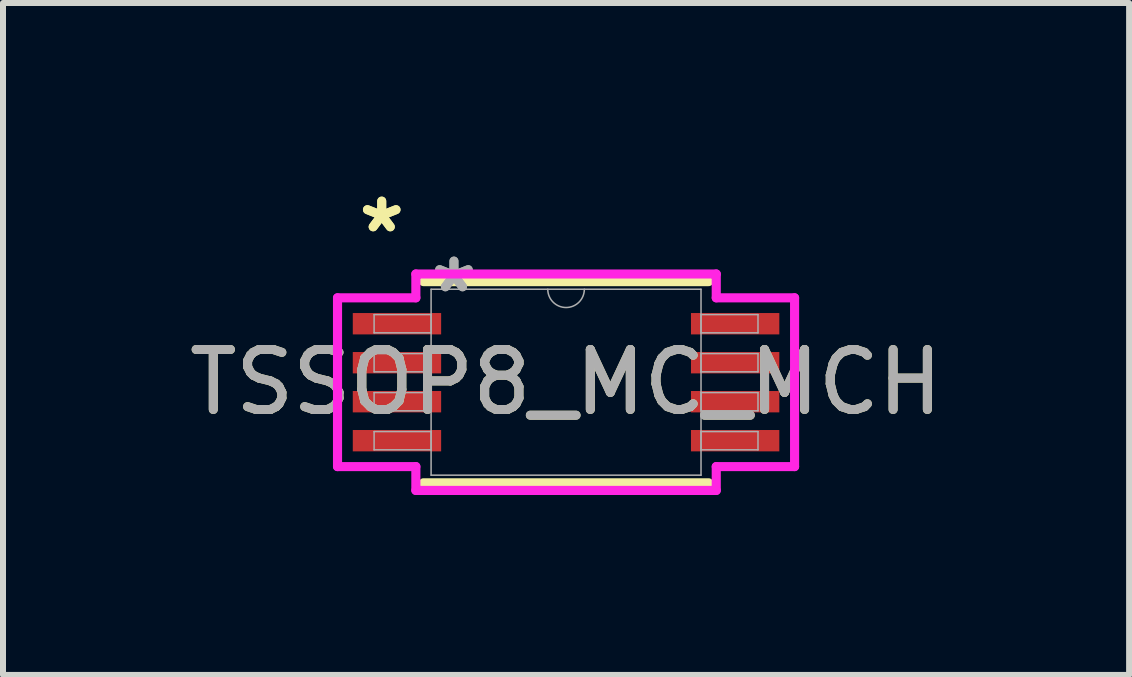
<source format=kicad_pcb>
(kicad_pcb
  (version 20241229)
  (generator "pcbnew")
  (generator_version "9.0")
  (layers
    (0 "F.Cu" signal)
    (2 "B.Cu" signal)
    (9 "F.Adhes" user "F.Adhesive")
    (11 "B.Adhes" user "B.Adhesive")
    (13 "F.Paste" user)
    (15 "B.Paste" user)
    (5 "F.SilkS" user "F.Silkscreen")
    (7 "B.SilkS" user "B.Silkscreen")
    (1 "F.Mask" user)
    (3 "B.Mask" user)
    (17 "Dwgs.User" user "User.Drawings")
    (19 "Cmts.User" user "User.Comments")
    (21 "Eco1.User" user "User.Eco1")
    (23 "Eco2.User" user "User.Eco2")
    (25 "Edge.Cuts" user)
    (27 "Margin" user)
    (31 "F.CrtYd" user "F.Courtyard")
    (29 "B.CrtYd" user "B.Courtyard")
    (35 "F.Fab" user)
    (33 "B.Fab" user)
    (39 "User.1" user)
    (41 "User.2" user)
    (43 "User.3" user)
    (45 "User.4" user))
  (footprint "TSSOP8_MC_MCH"
    (layer "F.Cu")
    (at 6.387 3.322)
    (property "Reference" "TSSOP8_MC_MCH" (at 0 0 0) (unlocked yes) (layer "F.SilkS") (effects (font (size 1 1) (thickness 0.15))))
    (attr smd)
    (fp_line (start -2.377 1.677) (end 2.377 1.677) (stroke (width 0.152) (type solid)) (layer "F.SilkS"))
    (fp_line (start 2.377 -1.677) (end -2.377 -1.677) (stroke (width 0.152) (type solid)) (layer "F.SilkS"))
    (fp_line (start -3.81 -1.407) (end -2.504 -1.407) (stroke (width 0.152) (type solid)) (layer "F.CrtYd"))
    (fp_line (start -3.81 1.407) (end -3.81 -1.407) (stroke (width 0.152) (type solid)) (layer "F.CrtYd"))
    (fp_line (start -3.81 1.407) (end -2.504 1.407) (stroke (width 0.152) (type solid)) (layer "F.CrtYd"))
    (fp_line (start -2.504 -1.804) (end 2.504 -1.804) (stroke (width 0.152) (type solid)) (layer "F.CrtYd"))
    (fp_line (start -2.504 -1.407) (end -2.504 -1.804) (stroke (width 0.152) (type solid)) (layer "F.CrtYd"))
    (fp_line (start -2.504 1.804) (end -2.504 1.407) (stroke (width 0.152) (type solid)) (layer "F.CrtYd"))
    (fp_line (start 2.504 -1.804) (end 2.504 -1.407) (stroke (width 0.152) (type solid)) (layer "F.CrtYd"))
    (fp_line (start 2.504 1.407) (end 2.504 1.804) (stroke (width 0.152) (type solid)) (layer "F.CrtYd"))
    (fp_line (start 2.504 1.804) (end -2.504 1.804) (stroke (width 0.152) (type solid)) (layer "F.CrtYd"))
    (fp_line (start 3.81 -1.407) (end 2.504 -1.407) (stroke (width 0.152) (type solid)) (layer "F.CrtYd"))
    (fp_line (start 3.81 -1.407) (end 3.81 1.407) (stroke (width 0.152) (type solid)) (layer "F.CrtYd"))
    (fp_line (start 3.81 1.407) (end 2.504 1.407) (stroke (width 0.152) (type solid)) (layer "F.CrtYd"))
    (fp_line (start -3.2 -1.127) (end -3.2 -0.823) (stroke (width 0.025) (type solid)) (layer "F.Fab"))
    (fp_line (start -3.2 -0.823) (end -2.25 -0.823) (stroke (width 0.025) (type solid)) (layer "F.Fab"))
    (fp_line (start -3.2 -0.477) (end -3.2 -0.173) (stroke (width 0.025) (type solid)) (layer "F.Fab"))
    (fp_line (start -3.2 -0.173) (end -2.25 -0.173) (stroke (width 0.025) (type solid)) (layer "F.Fab"))
    (fp_line (start -3.2 0.173) (end -3.2 0.477) (stroke (width 0.025) (type solid)) (layer "F.Fab"))
    (fp_line (start -3.2 0.477) (end -2.25 0.477) (stroke (width 0.025) (type solid)) (layer "F.Fab"))
    (fp_line (start -3.2 0.823) (end -3.2 1.127) (stroke (width 0.025) (type solid)) (layer "F.Fab"))
    (fp_line (start -3.2 1.127) (end -2.25 1.127) (stroke (width 0.025) (type solid)) (layer "F.Fab"))
    (fp_line (start -2.25 -1.55) (end -2.25 1.55) (stroke (width 0.025) (type solid)) (layer "F.Fab"))
    (fp_line (start -2.25 -1.127) (end -3.2 -1.127) (stroke (width 0.025) (type solid)) (layer "F.Fab"))
    (fp_line (start -2.25 -0.823) (end -2.25 -1.127) (stroke (width 0.025) (type solid)) (layer "F.Fab"))
    (fp_line (start -2.25 -0.477) (end -3.2 -0.477) (stroke (width 0.025) (type solid)) (layer "F.Fab"))
    (fp_line (start -2.25 -0.173) (end -2.25 -0.477) (stroke (width 0.025) (type solid)) (layer "F.Fab"))
    (fp_line (start -2.25 0.173) (end -3.2 0.173) (stroke (width 0.025) (type solid)) (layer "F.Fab"))
    (fp_line (start -2.25 0.477) (end -2.25 0.173) (stroke (width 0.025) (type solid)) (layer "F.Fab"))
    (fp_line (start -2.25 0.823) (end -3.2 0.823) (stroke (width 0.025) (type solid)) (layer "F.Fab"))
    (fp_line (start -2.25 1.127) (end -2.25 0.823) (stroke (width 0.025) (type solid)) (layer "F.Fab"))
    (fp_line (start -2.25 1.55) (end 2.25 1.55) (stroke (width 0.025) (type solid)) (layer "F.Fab"))
    (fp_line (start 2.25 -1.55) (end -2.25 -1.55) (stroke (width 0.025) (type solid)) (layer "F.Fab"))
    (fp_line (start 2.25 -1.127) (end 2.25 -0.823) (stroke (width 0.025) (type solid)) (layer "F.Fab"))
    (fp_line (start 2.25 -0.823) (end 3.2 -0.823) (stroke (width 0.025) (type solid)) (layer "F.Fab"))
    (fp_line (start 2.25 -0.477) (end 2.25 -0.173) (stroke (width 0.025) (type solid)) (layer "F.Fab"))
    (fp_line (start 2.25 -0.173) (end 3.2 -0.173) (stroke (width 0.025) (type solid)) (layer "F.Fab"))
    (fp_line (start 2.25 0.173) (end 2.25 0.477) (stroke (width 0.025) (type solid)) (layer "F.Fab"))
    (fp_line (start 2.25 0.477) (end 3.2 0.477) (stroke (width 0.025) (type solid)) (layer "F.Fab"))
    (fp_line (start 2.25 0.823) (end 2.25 1.127) (stroke (width 0.025) (type solid)) (layer "F.Fab"))
    (fp_line (start 2.25 1.127) (end 3.2 1.127) (stroke (width 0.025) (type solid)) (layer "F.Fab"))
    (fp_line (start 2.25 1.55) (end 2.25 -1.55) (stroke (width 0.025) (type solid)) (layer "F.Fab"))
    (fp_line (start 3.2 -1.127) (end 2.25 -1.127) (stroke (width 0.025) (type solid)) (layer "F.Fab"))
    (fp_line (start 3.2 -0.823) (end 3.2 -1.127) (stroke (width 0.025) (type solid)) (layer "F.Fab"))
    (fp_line (start 3.2 -0.477) (end 2.25 -0.477) (stroke (width 0.025) (type solid)) (layer "F.Fab"))
    (fp_line (start 3.2 -0.173) (end 3.2 -0.477) (stroke (width 0.025) (type solid)) (layer "F.Fab"))
    (fp_line (start 3.2 0.173) (end 2.25 0.173) (stroke (width 0.025) (type solid)) (layer "F.Fab"))
    (fp_line (start 3.2 0.477) (end 3.2 0.173) (stroke (width 0.025) (type solid)) (layer "F.Fab"))
    (fp_line (start 3.2 0.823) (end 2.25 0.823) (stroke (width 0.025) (type solid)) (layer "F.Fab"))
    (fp_line (start 3.2 1.127) (end 3.2 0.823) (stroke (width 0.025) (type solid)) (layer "F.Fab"))
    (fp_arc (start 0.3048 -1.549999) (mid 0 -1.245199) (end -0.3048 -1.549999) (stroke (width 0.0254) (type solid)) (layer "F.Fab"))
    (fp_text user "*" (at -3.073 -2.474 0) (layer "F.SilkS") (effects (font (size 1 1) (thickness 0.15))))
    (fp_text user "*" (at -3.073 -2.474 0) (unlocked yes) (layer "F.SilkS") (effects (font (size 1 1) (thickness 0.15))))
    (fp_text user "*" (at -1.869 -1.474 0) (unlocked yes) (layer "F.Fab") (effects (font (size 1 1) (thickness 0.15))))
    (fp_text user "${REFERENCE}" (at 0 0 0) (unlocked yes) (layer "F.Fab") (effects (font (size 1 1) (thickness 0.15))))
    (fp_text user "*" (at -1.869 -1.474 0) (layer "F.Fab") (effects (font (size 1 1) (thickness 0.15))))
    (pad "1" smd rect (at -2.819 -0.975) (size 1.473 0.356) (layers "F.Cu" "F.Mask" "F.Paste"))
    (pad "2" smd rect (at -2.819 -0.325) (size 1.473 0.356) (layers "F.Cu" "F.Mask" "F.Paste"))
    (pad "3" smd rect (at -2.819 0.325) (size 1.473 0.356) (layers "F.Cu" "F.Mask" "F.Paste"))
    (pad "4" smd rect (at -2.819 0.975) (size 1.473 0.356) (layers "F.Cu" "F.Mask" "F.Paste"))
    (pad "5" smd rect (at 2.819 0.975) (size 1.473 0.356) (layers "F.Cu" "F.Mask" "F.Paste"))
    (pad "6" smd rect (at 2.819 0.325) (size 1.473 0.356) (layers "F.Cu" "F.Mask" "F.Paste"))
    (pad "7" smd rect (at 2.819 -0.325) (size 1.473 0.356) (layers "F.Cu" "F.Mask" "F.Paste"))
    (pad "8" smd rect (at 2.819 -0.975) (size 1.473 0.356) (layers "F.Cu" "F.Mask" "F.Paste")))
  (gr_rect
    (start -3 -3)
    (end 15.774 8.202)
    (stroke (width 0.1) (type default))
    (fill no)
    (layer "Edge.Cuts")))
</source>
